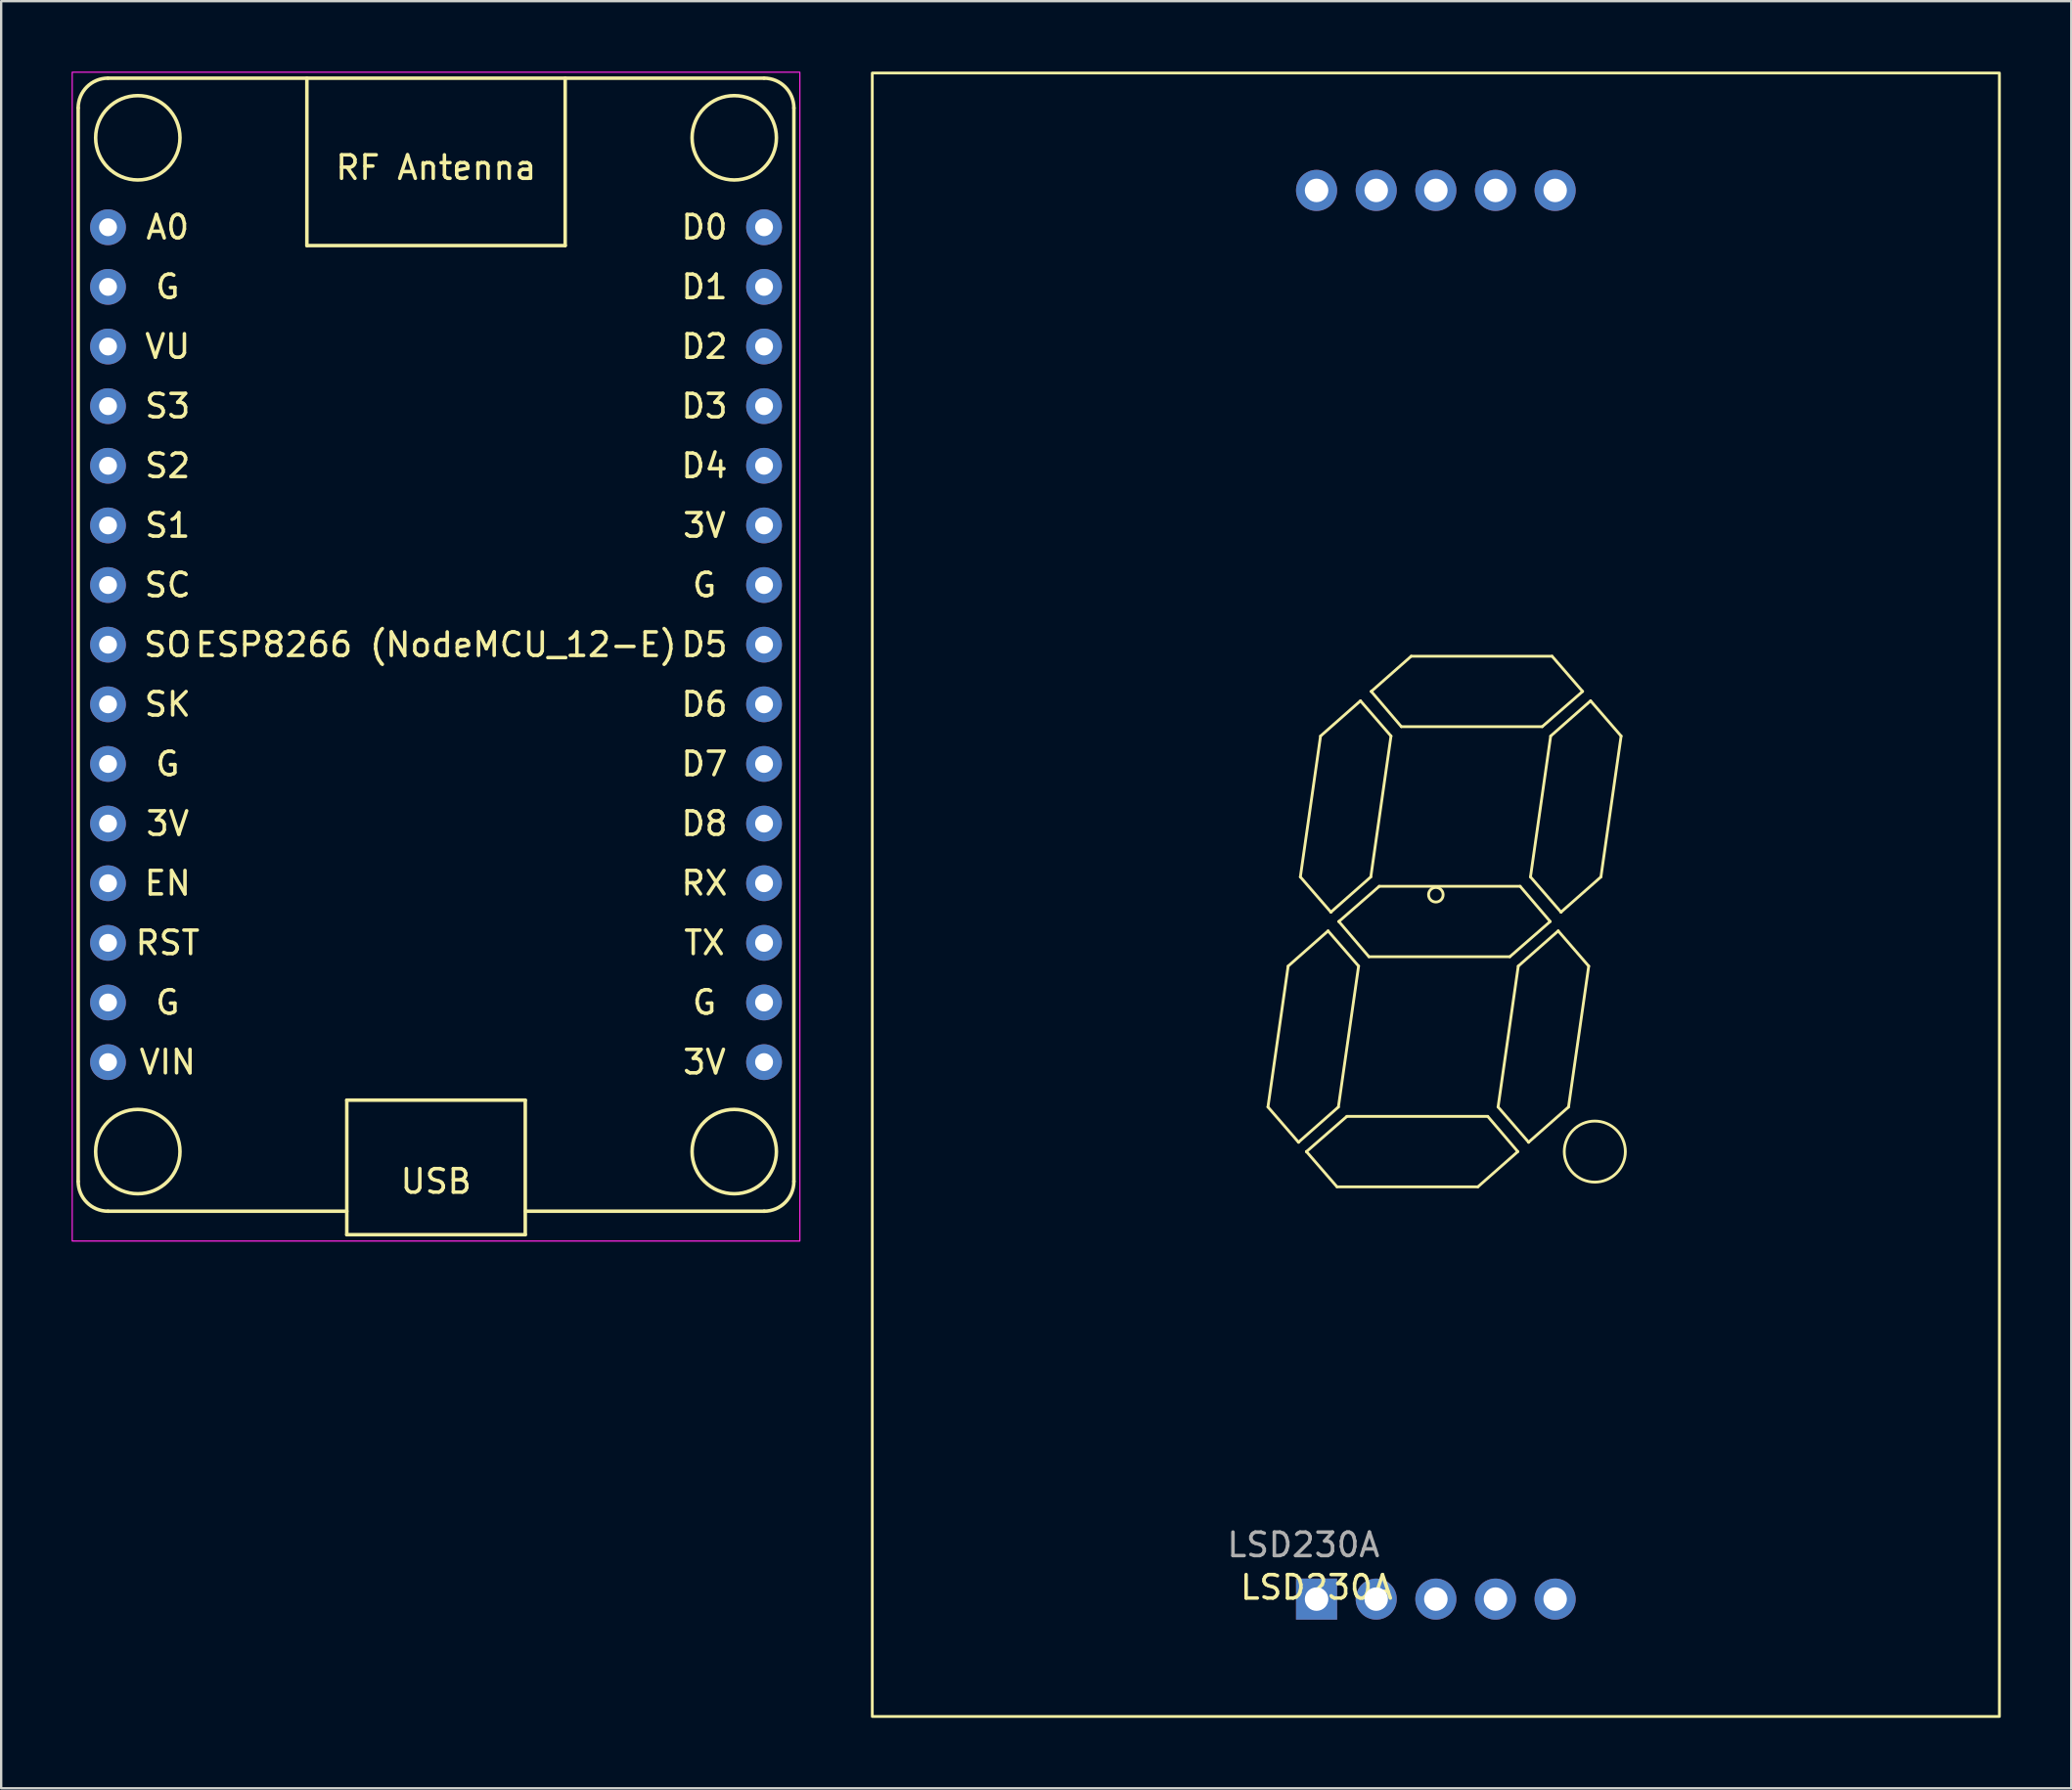
<source format=kicad_pcb>
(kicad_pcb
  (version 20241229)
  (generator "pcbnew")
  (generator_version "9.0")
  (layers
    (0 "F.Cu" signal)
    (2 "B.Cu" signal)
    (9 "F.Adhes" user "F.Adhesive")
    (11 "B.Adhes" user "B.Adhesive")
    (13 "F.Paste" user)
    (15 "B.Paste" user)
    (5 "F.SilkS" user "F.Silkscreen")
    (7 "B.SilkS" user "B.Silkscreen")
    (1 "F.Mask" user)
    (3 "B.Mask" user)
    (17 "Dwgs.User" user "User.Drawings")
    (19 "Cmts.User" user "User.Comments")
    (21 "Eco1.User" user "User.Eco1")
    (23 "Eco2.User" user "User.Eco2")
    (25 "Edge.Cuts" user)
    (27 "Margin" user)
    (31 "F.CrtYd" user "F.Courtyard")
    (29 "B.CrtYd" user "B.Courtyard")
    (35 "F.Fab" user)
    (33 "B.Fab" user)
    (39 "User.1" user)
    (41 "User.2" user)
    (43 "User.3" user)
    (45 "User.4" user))
  (footprint "LSD230A"
    (layer "F.Cu")
    (at 58.098 35.06)
    (property "Reference" "LSD230A" (at -5.08 29.5 0) (unlocked yes) (layer "F.SilkS") (effects (font (size 1 1) (thickness 0.15))))
    (attr through_hole)
    (fp_line (start -7.15 9.04) (end -5.85 10.54) (stroke (width 0.12) (type solid)) (layer "F.SilkS"))
    (fp_line (start -6.29 3.04) (end -7.15 9.04) (stroke (width 0.12) (type solid)) (layer "F.SilkS"))
    (fp_line (start -5.85 10.54) (end -5.85 10.54) (stroke (width 0.12) (type solid)) (layer "F.SilkS"))
    (fp_line (start -5.85 10.54) (end -4.15 9.04) (stroke (width 0.12) (type solid)) (layer "F.SilkS"))
    (fp_line (start -5.77 -0.76) (end -4.47 0.74) (stroke (width 0.12) (type solid)) (layer "F.SilkS"))
    (fp_line (start -5.51 10.94) (end -5.51 10.94) (stroke (width 0.12) (type solid)) (layer "F.SilkS"))
    (fp_line (start -5.51 10.94) (end -3.79 9.44) (stroke (width 0.12) (type solid)) (layer "F.SilkS"))
    (fp_line (start -4.91 -6.76) (end -5.77 -0.76) (stroke (width 0.12) (type solid)) (layer "F.SilkS"))
    (fp_line (start -4.59 1.54) (end -6.29 3.04) (stroke (width 0.12) (type solid)) (layer "F.SilkS"))
    (fp_line (start -4.47 0.74) (end -4.47 0.74) (stroke (width 0.12) (type solid)) (layer "F.SilkS"))
    (fp_line (start -4.47 0.74) (end -2.77 -0.76) (stroke (width 0.12) (type solid)) (layer "F.SilkS"))
    (fp_line (start -4.21 12.44) (end -5.51 10.94) (stroke (width 0.12) (type solid)) (layer "F.SilkS"))
    (fp_line (start -4.15 9.04) (end -3.29 3.04) (stroke (width 0.12) (type solid)) (layer "F.SilkS"))
    (fp_line (start -4.13 1.14) (end -4.13 1.14) (stroke (width 0.12) (type solid)) (layer "F.SilkS"))
    (fp_line (start -4.13 1.14) (end -2.41 -0.36) (stroke (width 0.12) (type solid)) (layer "F.SilkS"))
    (fp_line (start -3.79 9.44) (end 2.21 9.44) (stroke (width 0.12) (type solid)) (layer "F.SilkS"))
    (fp_line (start -3.29 3.04) (end -4.59 1.54) (stroke (width 0.12) (type solid)) (layer "F.SilkS"))
    (fp_line (start -3.21 -8.26) (end -4.91 -6.76) (stroke (width 0.12) (type solid)) (layer "F.SilkS"))
    (fp_line (start -2.85 2.64) (end -4.13 1.14) (stroke (width 0.12) (type solid)) (layer "F.SilkS"))
    (fp_line (start -2.77 -0.76) (end -1.91 -6.76) (stroke (width 0.12) (type solid)) (layer "F.SilkS"))
    (fp_line (start -2.75 -8.66) (end -2.75 -8.66) (stroke (width 0.12) (type solid)) (layer "F.SilkS"))
    (fp_line (start -2.75 -8.66) (end -1.05 -10.16) (stroke (width 0.12) (type solid)) (layer "F.SilkS"))
    (fp_line (start -2.41 -0.36) (end 3.59 -0.36) (stroke (width 0.12) (type solid)) (layer "F.SilkS"))
    (fp_line (start -1.91 -6.76) (end -3.21 -8.26) (stroke (width 0.12) (type solid)) (layer "F.SilkS"))
    (fp_line (start -1.47 -7.16) (end -2.75 -8.66) (stroke (width 0.12) (type solid)) (layer "F.SilkS"))
    (fp_line (start -1.05 -10.16) (end 4.95 -10.16) (stroke (width 0.12) (type solid)) (layer "F.SilkS"))
    (fp_line (start 1.79 12.44) (end -4.21 12.44) (stroke (width 0.12) (type solid)) (layer "F.SilkS"))
    (fp_line (start 2.21 9.44) (end 3.49 10.94) (stroke (width 0.12) (type solid)) (layer "F.SilkS"))
    (fp_line (start 2.65 9.04) (end 3.95 10.54) (stroke (width 0.12) (type solid)) (layer "F.SilkS"))
    (fp_line (start 3.15 2.64) (end -2.85 2.64) (stroke (width 0.12) (type solid)) (layer "F.SilkS"))
    (fp_line (start 3.49 10.94) (end 1.79 12.44) (stroke (width 0.12) (type solid)) (layer "F.SilkS"))
    (fp_line (start 3.51 3.04) (end 2.65 9.04) (stroke (width 0.12) (type solid)) (layer "F.SilkS"))
    (fp_line (start 3.59 -0.36) (end 4.87 1.14) (stroke (width 0.12) (type solid)) (layer "F.SilkS"))
    (fp_line (start 3.95 10.54) (end 3.95 10.54) (stroke (width 0.12) (type solid)) (layer "F.SilkS"))
    (fp_line (start 3.95 10.54) (end 5.65 9.04) (stroke (width 0.12) (type solid)) (layer "F.SilkS"))
    (fp_line (start 4.03 -0.76) (end 5.33 0.74) (stroke (width 0.12) (type solid)) (layer "F.SilkS"))
    (fp_line (start 4.53 -7.16) (end -1.47 -7.16) (stroke (width 0.12) (type solid)) (layer "F.SilkS"))
    (fp_line (start 4.87 1.14) (end 3.15 2.64) (stroke (width 0.12) (type solid)) (layer "F.SilkS"))
    (fp_line (start 4.89 -6.76) (end 4.03 -0.76) (stroke (width 0.12) (type solid)) (layer "F.SilkS"))
    (fp_line (start 4.95 -10.16) (end 6.25 -8.66) (stroke (width 0.12) (type solid)) (layer "F.SilkS"))
    (fp_line (start 5.21 1.54) (end 3.51 3.04) (stroke (width 0.12) (type solid)) (layer "F.SilkS"))
    (fp_line (start 5.33 0.74) (end 5.33 0.74) (stroke (width 0.12) (type solid)) (layer "F.SilkS"))
    (fp_line (start 5.33 0.74) (end 7.03 -0.76) (stroke (width 0.12) (type solid)) (layer "F.SilkS"))
    (fp_line (start 5.65 9.04) (end 6.51 3.04) (stroke (width 0.12) (type solid)) (layer "F.SilkS"))
    (fp_line (start 6.25 -8.66) (end 4.53 -7.16) (stroke (width 0.12) (type solid)) (layer "F.SilkS"))
    (fp_line (start 6.51 3.04) (end 5.21 1.54) (stroke (width 0.12) (type solid)) (layer "F.SilkS"))
    (fp_line (start 6.59 -8.26) (end 4.89 -6.76) (stroke (width 0.12) (type solid)) (layer "F.SilkS"))
    (fp_line (start 7.03 -0.76) (end 7.89 -6.76) (stroke (width 0.12) (type solid)) (layer "F.SilkS"))
    (fp_line (start 7.89 -6.76) (end 6.59 -8.26) (stroke (width 0.12) (type solid)) (layer "F.SilkS"))
    (fp_rect (start -24 35) (end 24 -35) (stroke (width 0.12) (type solid)) (fill no) (layer "F.SilkS"))
    (fp_circle (center 0 0) (end 0.31 0) (stroke (width 0.12) (type solid)) (fill no) (layer "F.SilkS"))
    (fp_circle (center 6.77 10.94) (end 6.77 9.64) (stroke (width 0.12) (type solid)) (fill no) (layer "F.SilkS"))
    (fp_text user "${REFERENCE}" (at -5.64 27.69 180) (layer "F.Fab") (effects (font (size 1 1) (thickness 0.15))))
    (pad "1" thru_hole rect (at -5.08 30) (size 1.75 1.75) (drill 1) (layers "*.Cu" "*.Mask"))
    (pad "2" thru_hole circle (at -2.54 30) (size 1.75 1.75) (drill 1) (layers "*.Cu" "*.Mask"))
    (pad "3" thru_hole circle (at 0 30) (size 1.75 1.75) (drill 1) (layers "*.Cu" "*.Mask"))
    (pad "4" thru_hole circle (at 2.54 30) (size 1.75 1.75) (drill 1) (layers "*.Cu" "*.Mask"))
    (pad "5" thru_hole circle (at 5.08 30) (size 1.75 1.75) (drill 1) (layers "*.Cu" "*.Mask"))
    (pad "6" thru_hole circle (at 5.08 -30) (size 1.75 1.75) (drill 1) (layers "*.Cu" "*.Mask"))
    (pad "7" thru_hole circle (at 2.54 -30) (size 1.75 1.75) (drill 1) (layers "*.Cu" "*.Mask"))
    (pad "8" thru_hole circle (at 0 -30) (size 1.75 1.75) (drill 1) (layers "*.Cu" "*.Mask"))
    (pad "9" thru_hole circle (at -2.54 -30) (size 1.75 1.75) (drill 1) (layers "*.Cu" "*.Mask"))
    (pad "10" thru_hole circle (at -5.08 -30) (size 1.75 1.75) (drill 1) (layers "*.Cu" "*.Mask")))
  (footprint "ESP8266 (NodeMCU_12-E)"
    (layer "F.Cu")
    (at 15.519 24.409)
    (property "Reference" "ESP8266 (NodeMCU_12-E)" (at 0 0 0) (layer "F.SilkS") (effects (font (size 1 1) (thickness 0.15))))
    (attr through_hole)
    (fp_line (start -15.24 -22.86) (end -15.24 22.86) (stroke (width 0.15) (type solid)) (layer "F.SilkS"))
    (fp_line (start -5.5 -17) (end -5.5 -24.13) (stroke (width 0.15) (type solid)) (layer "F.SilkS"))
    (fp_line (start -3.8 19.4) (end 3.8 19.4) (stroke (width 0.15) (type solid)) (layer "F.SilkS"))
    (fp_line (start -3.8 24.13) (end -13.97 24.13) (stroke (width 0.15) (type solid)) (layer "F.SilkS"))
    (fp_line (start -3.8 25.13) (end -3.8 19.4) (stroke (width 0.15) (type solid)) (layer "F.SilkS"))
    (fp_line (start 3.8 19.4) (end 3.8 25.13) (stroke (width 0.15) (type solid)) (layer "F.SilkS"))
    (fp_line (start 3.8 25.13) (end -3.8 25.13) (stroke (width 0.15) (type solid)) (layer "F.SilkS"))
    (fp_line (start 5.5 -24.13) (end 5.5 -17) (stroke (width 0.15) (type solid)) (layer "F.SilkS"))
    (fp_line (start 5.5 -17) (end -5.5 -17) (stroke (width 0.15) (type solid)) (layer "F.SilkS"))
    (fp_line (start 13.97 -24.13) (end -13.97 -24.13) (stroke (width 0.15) (type solid)) (layer "F.SilkS"))
    (fp_line (start 13.98 24.13) (end 3.81 24.13) (stroke (width 0.15) (type solid)) (layer "F.SilkS"))
    (fp_line (start 15.24 -22.86) (end 15.24 22.86) (stroke (width 0.15) (type solid)) (layer "F.SilkS"))
    (fp_arc (start -15.24 -22.86) (mid -14.868026 -23.758026) (end -13.97 -24.13) (stroke (width 0.15) (type solid)) (layer "F.SilkS"))
    (fp_arc (start -13.97 24.13) (mid -14.868026 23.758026) (end -15.24 22.86) (stroke (width 0.15) (type solid)) (layer "F.SilkS"))
    (fp_arc (start 13.97 -24.13) (mid 14.868026 -23.758026) (end 15.24 -22.86) (stroke (width 0.15) (type solid)) (layer "F.SilkS"))
    (fp_arc (start 15.24 22.86) (mid 14.868026 23.758026) (end 13.97 24.13) (stroke (width 0.15) (type solid)) (layer "F.SilkS"))
    (fp_circle (center -12.7 -21.59) (end -11.43 -22.86) (stroke (width 0.15) (type solid)) (fill no) (layer "F.SilkS"))
    (fp_circle (center -12.7 21.59) (end -11.43 20.32) (stroke (width 0.15) (type solid)) (fill no) (layer "F.SilkS"))
    (fp_circle (center 12.7 -21.59) (end 13.97 -22.86) (stroke (width 0.15) (type solid)) (fill no) (layer "F.SilkS"))
    (fp_circle (center 12.7 21.59) (end 13.97 20.32) (stroke (width 0.15) (type solid)) (fill no) (layer "F.SilkS"))
    (fp_rect (start -15.494 -24.384) (end 15.494 25.4) (stroke (width 0.05) (type solid)) (fill no) (layer "F.CrtYd"))
    (fp_text user "G" (at -11.43 15.24 0) (layer "F.SilkS") (effects (font (size 1 1) (thickness 0.15))))
    (fp_text user "SK" (at -11.43 2.54 0) (layer "F.SilkS") (effects (font (size 1 1) (thickness 0.15))))
    (fp_text user "D8" (at 11.43 7.62 0) (layer "F.SilkS") (effects (font (size 1 1) (thickness 0.15))))
    (fp_text user "D0" (at 11.43 -17.78 0) (layer "F.SilkS") (effects (font (size 1 1) (thickness 0.15))))
    (fp_text user "RX" (at 11.43 10.16 0) (layer "F.SilkS") (effects (font (size 1 1) (thickness 0.15))))
    (fp_text user "SO" (at -11.43 0 0) (layer "F.SilkS") (effects (font (size 1 1) (thickness 0.15))))
    (fp_text user "A0" (at -11.43 -17.78 0) (layer "F.SilkS") (effects (font (size 1 1) (thickness 0.15))))
    (fp_text user "D6" (at 11.43 2.54 0) (layer "F.SilkS") (effects (font (size 1 1) (thickness 0.15))))
    (fp_text user "D4" (at 11.43 -7.62 0) (layer "F.SilkS") (effects (font (size 1 1) (thickness 0.15))))
    (fp_text user "3V" (at 11.43 -5.08 0) (layer "F.SilkS") (effects (font (size 1 1) (thickness 0.15))))
    (fp_text user "RF Antenna" (at 0 -20.32 0) (layer "F.SilkS") (effects (font (size 1 1) (thickness 0.15))))
    (fp_text user "S1" (at -11.43 -5.08 0) (layer "F.SilkS") (effects (font (size 1 1) (thickness 0.15))))
    (fp_text user "EN" (at -11.43 10.16 0) (layer "F.SilkS") (effects (font (size 1 1) (thickness 0.15))))
    (fp_text user "3V" (at -11.43 7.62 0) (layer "F.SilkS") (effects (font (size 1 1) (thickness 0.15))))
    (fp_text user "D1" (at 11.43 -15.24 0) (layer "F.SilkS") (effects (font (size 1 1) (thickness 0.15))))
    (fp_text user "G" (at -11.43 5.08 0) (layer "F.SilkS") (effects (font (size 1 1) (thickness 0.15))))
    (fp_text user "D7" (at 11.43 5.08 0) (layer "F.SilkS") (effects (font (size 1 1) (thickness 0.15))))
    (fp_text user "VIN" (at -11.43 17.78 0) (layer "F.SilkS") (effects (font (size 1 1) (thickness 0.15))))
    (fp_text user "TX" (at 11.43 12.7 0) (layer "F.SilkS") (effects (font (size 1 1) (thickness 0.15))))
    (fp_text user "S2" (at -11.43 -7.62 0) (layer "F.SilkS") (effects (font (size 1 1) (thickness 0.15))))
    (fp_text user "USB" (at 0 22.86 0) (layer "F.SilkS") (effects (font (size 1 1) (thickness 0.15))))
    (fp_text user "3V" (at 11.43 17.78 0) (layer "F.SilkS") (effects (font (size 1 1) (thickness 0.15))))
    (fp_text user "G" (at -11.43 -15.24 0) (layer "F.SilkS") (effects (font (size 1 1) (thickness 0.15))))
    (fp_text user "RST" (at -11.43 12.7 0) (layer "F.SilkS") (effects (font (size 1 1) (thickness 0.15))))
    (fp_text user "VU" (at -11.43 -12.7 0) (layer "F.SilkS") (effects (font (size 1 1) (thickness 0.15))))
    (fp_text user "G" (at 11.43 -2.54 0) (layer "F.SilkS") (effects (font (size 1 1) (thickness 0.15))))
    (fp_text user "S3" (at -11.43 -10.16 0) (layer "F.SilkS") (effects (font (size 1 1) (thickness 0.15))))
    (fp_text user "D5" (at 11.43 0 0) (layer "F.SilkS") (effects (font (size 1 1) (thickness 0.15))))
    (fp_text user "D2" (at 11.43 -12.7 0) (layer "F.SilkS") (effects (font (size 1 1) (thickness 0.15))))
    (fp_text user "SC" (at -11.43 -2.54 0) (layer "F.SilkS") (effects (font (size 1 1) (thickness 0.15))))
    (fp_text user "G" (at 11.43 15.24 0) (layer "F.SilkS") (effects (font (size 1 1) (thickness 0.15))))
    (fp_text user "D3" (at 11.43 -10.16 0) (layer "F.SilkS") (effects (font (size 1 1) (thickness 0.15))))
    (pad "1" thru_hole circle (at -13.97 -17.78) (size 1.524 1.524) (drill 0.762) (layers "*.Cu" "*.Mask"))
    (pad "2" thru_hole circle (at -13.97 -15.24) (size 1.524 1.524) (drill 0.762) (layers "*.Cu" "*.Mask"))
    (pad "3" thru_hole circle (at -13.97 -12.7) (size 1.524 1.524) (drill 0.762) (layers "*.Cu" "*.Mask"))
    (pad "4" thru_hole circle (at -13.97 -10.16) (size 1.524 1.524) (drill 0.762) (layers "*.Cu" "*.Mask"))
    (pad "5" thru_hole circle (at -13.97 -7.62) (size 1.524 1.524) (drill 0.762) (layers "*.Cu" "*.Mask"))
    (pad "6" thru_hole circle (at -13.97 -5.08) (size 1.524 1.524) (drill 0.762) (layers "*.Cu" "*.Mask"))
    (pad "7" thru_hole circle (at -13.97 -2.54) (size 1.524 1.524) (drill 0.762) (layers "*.Cu" "*.Mask"))
    (pad "8" thru_hole circle (at -13.97 0) (size 1.524 1.524) (drill 0.762) (layers "*.Cu" "*.Mask"))
    (pad "9" thru_hole circle (at -13.97 2.54) (size 1.524 1.524) (drill 0.762) (layers "*.Cu" "*.Mask"))
    (pad "10" thru_hole circle (at -13.97 5.08) (size 1.524 1.524) (drill 0.762) (layers "*.Cu" "*.Mask"))
    (pad "11" thru_hole circle (at -13.97 7.62) (size 1.524 1.524) (drill 0.762) (layers "*.Cu" "*.Mask"))
    (pad "12" thru_hole circle (at -13.97 10.16) (size 1.524 1.524) (drill 0.762) (layers "*.Cu" "*.Mask"))
    (pad "13" thru_hole circle (at -13.97 12.7) (size 1.524 1.524) (drill 0.762) (layers "*.Cu" "*.Mask"))
    (pad "14" thru_hole circle (at -13.97 15.24) (size 1.524 1.524) (drill 0.762) (layers "*.Cu" "*.Mask"))
    (pad "15" thru_hole circle (at -13.97 17.78) (size 1.524 1.524) (drill 0.762) (layers "*.Cu" "*.Mask"))
    (pad "16" thru_hole circle (at 13.97 17.78) (size 1.524 1.524) (drill 0.762) (layers "*.Cu" "*.Mask"))
    (pad "17" thru_hole circle (at 13.97 15.24) (size 1.524 1.524) (drill 0.762) (layers "*.Cu" "*.Mask"))
    (pad "18" thru_hole circle (at 13.97 12.7) (size 1.524 1.524) (drill 0.762) (layers "*.Cu" "*.Mask"))
    (pad "19" thru_hole circle (at 13.97 10.16) (size 1.524 1.524) (drill 0.762) (layers "*.Cu" "*.Mask"))
    (pad "20" thru_hole circle (at 13.97 7.62) (size 1.524 1.524) (drill 0.762) (layers "*.Cu" "*.Mask"))
    (pad "21" thru_hole circle (at 13.97 5.08) (size 1.524 1.524) (drill 0.762) (layers "*.Cu" "*.Mask"))
    (pad "22" thru_hole circle (at 13.97 2.54) (size 1.524 1.524) (drill 0.762) (layers "*.Cu" "*.Mask"))
    (pad "23" thru_hole circle (at 13.97 0) (size 1.524 1.524) (drill 0.762) (layers "*.Cu" "*.Mask"))
    (pad "24" thru_hole circle (at 13.97 -2.54) (size 1.524 1.524) (drill 0.762) (layers "*.Cu" "*.Mask"))
    (pad "25" thru_hole circle (at 13.97 -5.08) (size 1.524 1.524) (drill 0.762) (layers "*.Cu" "*.Mask"))
    (pad "26" thru_hole circle (at 13.97 -7.62) (size 1.524 1.524) (drill 0.762) (layers "*.Cu" "*.Mask"))
    (pad "27" thru_hole circle (at 13.97 -10.16) (size 1.524 1.524) (drill 0.762) (layers "*.Cu" "*.Mask"))
    (pad "28" thru_hole circle (at 13.97 -12.7) (size 1.524 1.524) (drill 0.762) (layers "*.Cu" "*.Mask"))
    (pad "29" thru_hole circle (at 13.97 -15.24) (size 1.524 1.524) (drill 0.762) (layers "*.Cu" "*.Mask"))
    (pad "30" thru_hole circle (at 13.97 -17.78) (size 1.524 1.524) (drill 0.762) (layers "*.Cu" "*.Mask"))
    (zone (net_name "") (layers "F.Cu" "F.CrtYd") (name "RF Antenna") (hatch edge 0.508) (connect_pads) (min_thickness 0.254) (filled_areas_thickness no) (keepout (tracks not_allowed) (vias not_allowed) (pads not_allowed) (copperpour not_allowed) (footprints not_allowed)) (placement (enabled no)) (fill) (polygon (pts (xy 21.107 7.391) (xy 9.931 7.391) (xy 9.931 0.279) (xy 21.107 0.279)))))
  (gr_rect
    (start -3 -3)
    (end 85.158 73.12)
    (stroke (width 0.1) (type default))
    (fill no)
    (layer "Edge.Cuts")))
</source>
